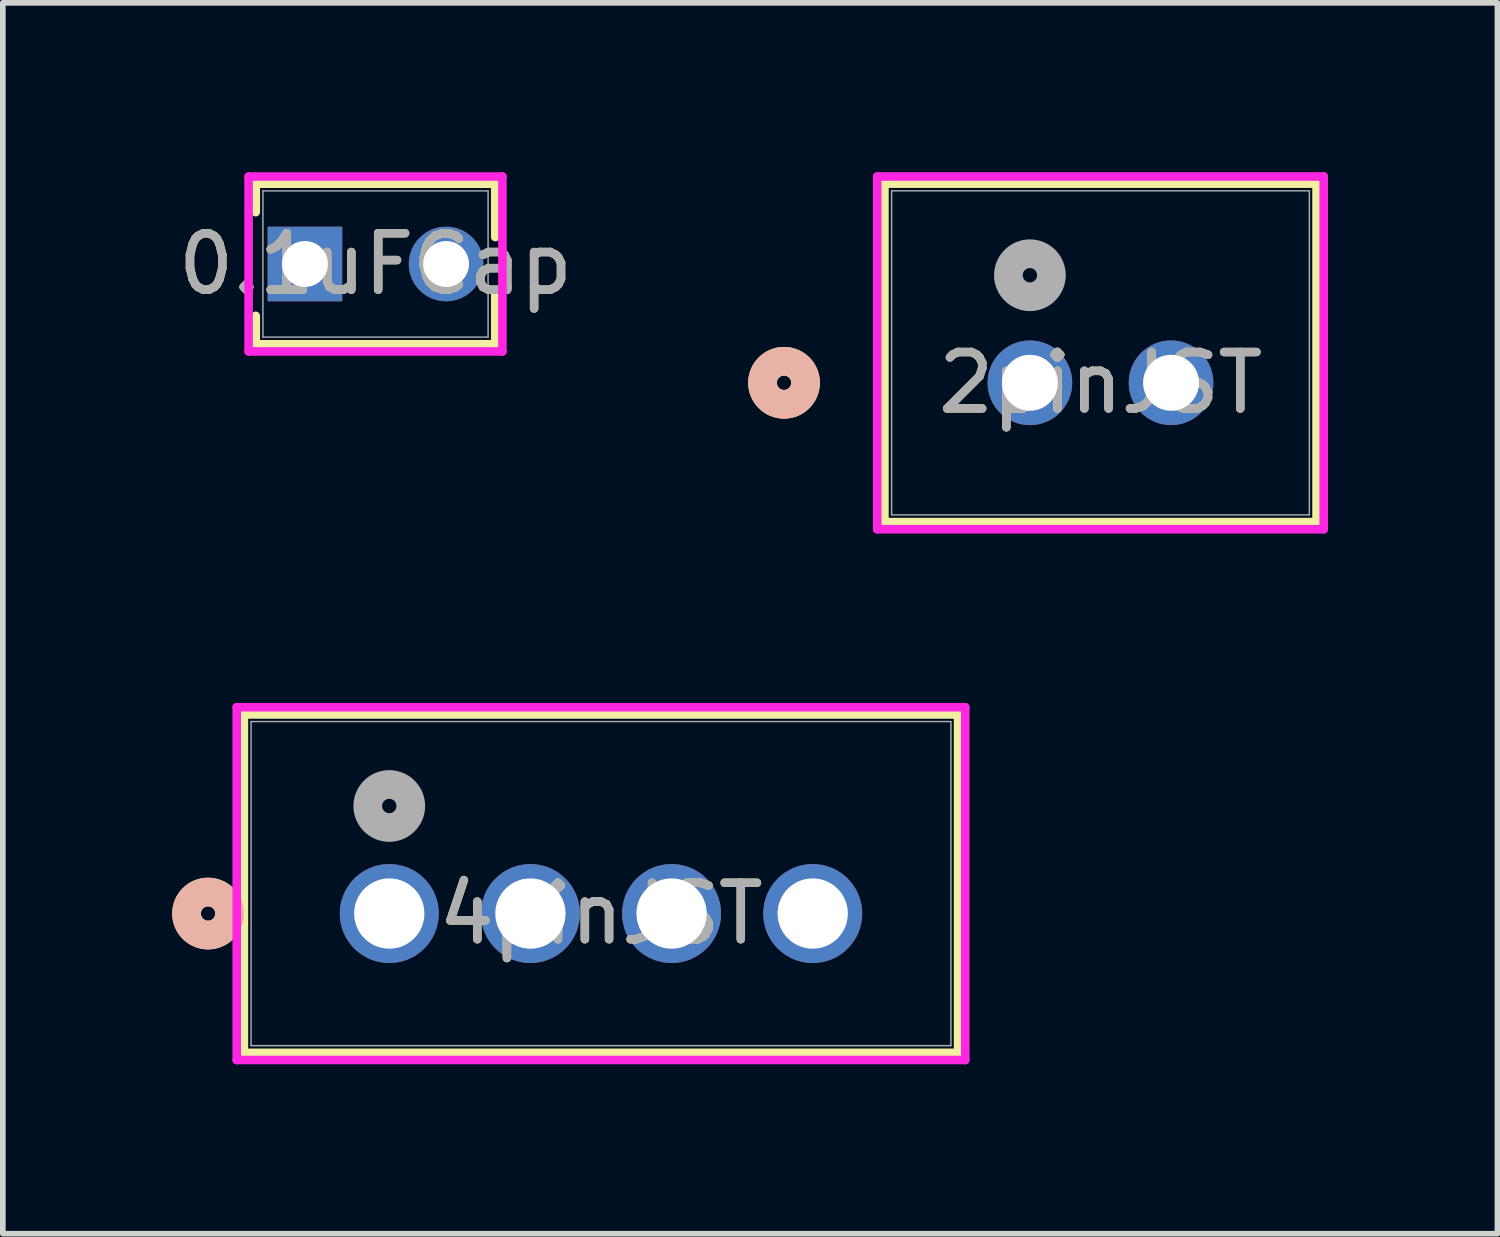
<source format=kicad_pcb>
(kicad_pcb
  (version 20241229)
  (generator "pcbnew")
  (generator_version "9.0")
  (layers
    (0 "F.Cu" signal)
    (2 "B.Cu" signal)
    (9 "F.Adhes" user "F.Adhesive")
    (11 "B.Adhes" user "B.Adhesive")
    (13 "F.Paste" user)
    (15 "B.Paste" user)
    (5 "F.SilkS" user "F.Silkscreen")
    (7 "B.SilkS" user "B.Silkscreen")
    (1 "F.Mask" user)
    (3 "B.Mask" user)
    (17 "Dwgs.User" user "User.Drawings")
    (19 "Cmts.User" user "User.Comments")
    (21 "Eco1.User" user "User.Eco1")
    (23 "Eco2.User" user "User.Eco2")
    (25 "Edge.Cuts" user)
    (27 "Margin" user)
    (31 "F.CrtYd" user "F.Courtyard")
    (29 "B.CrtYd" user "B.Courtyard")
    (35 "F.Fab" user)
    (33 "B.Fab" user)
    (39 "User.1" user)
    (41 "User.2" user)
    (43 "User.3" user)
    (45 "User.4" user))
  (footprint "2pinJST"
    (layer "F.Cu")
    (at 15.192 3.73)
    (property "Reference" "2pinJST" (at 1.25 0 0) (unlocked yes) (layer "F.SilkS") (effects (font (size 1 1) (thickness 0.15))))
    (attr through_hole)
    (fp_line (start -2.577 -3.527) (end -2.577 2.467) (stroke (width 0.152) (type solid)) (layer "F.SilkS"))
    (fp_line (start -2.577 2.467) (end 5.077 2.467) (stroke (width 0.152) (type solid)) (layer "F.SilkS"))
    (fp_line (start 5.077 -3.527) (end -2.577 -3.527) (stroke (width 0.152) (type solid)) (layer "F.SilkS"))
    (fp_line (start 5.077 2.467) (end 5.077 -3.527) (stroke (width 0.152) (type solid)) (layer "F.SilkS"))
    (fp_circle (center -4.355 0) (end -3.974 0) (stroke (width 0.508) (type solid)) (fill no) (layer "F.SilkS"))
    (fp_circle (center -4.355 0) (end -3.974 0) (stroke (width 0.508) (type solid)) (fill no) (layer "B.SilkS"))
    (fp_line (start -2.704 -3.654) (end -2.704 2.594) (stroke (width 0.152) (type solid)) (layer "F.CrtYd"))
    (fp_line (start -2.704 2.594) (end 5.204 2.594) (stroke (width 0.152) (type solid)) (layer "F.CrtYd"))
    (fp_line (start 5.204 -3.654) (end -2.704 -3.654) (stroke (width 0.152) (type solid)) (layer "F.CrtYd"))
    (fp_line (start 5.204 2.594) (end 5.204 -3.654) (stroke (width 0.152) (type solid)) (layer "F.CrtYd"))
    (fp_line (start -2.45 -3.4) (end -2.45 2.34) (stroke (width 0.025) (type solid)) (layer "F.Fab"))
    (fp_line (start -2.45 2.34) (end 4.95 2.34) (stroke (width 0.025) (type solid)) (layer "F.Fab"))
    (fp_line (start 4.95 -3.4) (end -2.45 -3.4) (stroke (width 0.025) (type solid)) (layer "F.Fab"))
    (fp_line (start 4.95 2.34) (end 4.95 -3.4) (stroke (width 0.025) (type solid)) (layer "F.Fab"))
    (fp_circle (center 0 -1.905) (end 0.381 -1.905) (stroke (width 0.508) (type solid)) (fill no) (layer "F.Fab"))
    (fp_text user "${REFERENCE}" (at 1.25 0 0) (unlocked yes) (layer "F.Fab") (effects (font (size 1 1) (thickness 0.15))))
    (pad "1" thru_hole circle (at 0 0) (size 1.499 1.499) (drill 0.991) (layers "*.Cu" "*.Mask"))
    (pad "2" thru_hole circle (at 2.5 0) (size 1.499 1.499) (drill 0.991) (layers "*.Cu" "*.Mask")))
  (footprint "0.1uFCap"
    (layer "F.Cu")
    (at 2.351 1.626)
    (property "Reference" "0.1uFCap" (at 1.25 0 0) (unlocked yes) (layer "F.SilkS") (effects (font (size 1 1) (thickness 0.15))))
    (attr through_hole)
    (fp_line (start -0.871 -1.422) (end -0.871 -0.918) (stroke (width 0.152) (type solid)) (layer "F.SilkS"))
    (fp_line (start -0.871 0.918) (end -0.871 1.422) (stroke (width 0.152) (type solid)) (layer "F.SilkS"))
    (fp_line (start 3.371 -1.422) (end -0.871 -1.422) (stroke (width 0.152) (type solid)) (layer "F.SilkS"))
    (fp_line (start 3.371 -1.422) (end 3.371 -0.477) (stroke (width 0.152) (type solid)) (layer "F.SilkS"))
    (fp_line (start 3.371 0.477) (end 3.371 1.422) (stroke (width 0.152) (type solid)) (layer "F.SilkS"))
    (fp_line (start 3.371 1.422) (end -0.871 1.422) (stroke (width 0.152) (type solid)) (layer "F.SilkS"))
    (fp_line (start -0.998 -1.549) (end 3.498 -1.549) (stroke (width 0.152) (type solid)) (layer "F.CrtYd"))
    (fp_line (start -0.998 1.549) (end -0.998 -1.549) (stroke (width 0.152) (type solid)) (layer "F.CrtYd"))
    (fp_line (start 3.498 -1.549) (end 3.498 1.549) (stroke (width 0.152) (type solid)) (layer "F.CrtYd"))
    (fp_line (start 3.498 1.549) (end -0.998 1.549) (stroke (width 0.152) (type solid)) (layer "F.CrtYd"))
    (fp_line (start -0.744 -1.295) (end -0.744 1.295) (stroke (width 0.025) (type solid)) (layer "F.Fab"))
    (fp_line (start 3.244 -1.295) (end -0.744 -1.295) (stroke (width 0.025) (type solid)) (layer "F.Fab"))
    (fp_line (start 3.244 -1.295) (end 3.244 1.295) (stroke (width 0.025) (type solid)) (layer "F.Fab"))
    (fp_line (start 3.244 1.295) (end -0.744 1.295) (stroke (width 0.025) (type solid)) (layer "F.Fab"))
    (fp_circle (center -0.236 0) (end -0.236 0) (stroke (width 0.025) (type solid)) (fill no) (layer "F.Fab"))
    (fp_text user "${REFERENCE}" (at 1.25 0 0) (unlocked yes) (layer "F.Fab") (effects (font (size 1 1) (thickness 0.15))))
    (pad "1" thru_hole rect (at 0 0) (size 1.321 1.321) (drill 0.813) (layers "*.Cu" "*.Mask"))
    (pad "2" thru_hole circle (at 2.5 0) (size 1.321 1.321) (drill 0.813) (layers "*.Cu" "*.Mask")))
  (footprint "4pinJST"
    (layer "F.Cu")
    (at 3.845 13.131)
    (property "Reference" "4pinJST" (at 3.75 0 0) (unlocked yes) (layer "F.SilkS") (effects (font (size 1 1) (thickness 0.15))))
    (attr through_hole)
    (fp_line (start -2.575 -3.527) (end -2.575 2.467) (stroke (width 0.152) (type solid)) (layer "F.SilkS"))
    (fp_line (start -2.575 2.467) (end 10.075 2.467) (stroke (width 0.152) (type solid)) (layer "F.SilkS"))
    (fp_line (start 10.075 -3.527) (end -2.575 -3.527) (stroke (width 0.152) (type solid)) (layer "F.SilkS"))
    (fp_line (start 10.075 2.467) (end 10.075 -3.527) (stroke (width 0.152) (type solid)) (layer "F.SilkS"))
    (fp_circle (center -3.21 0) (end -2.829 0) (stroke (width 0.508) (type solid)) (fill no) (layer "F.SilkS"))
    (fp_circle (center -3.21 0) (end -2.829 0) (stroke (width 0.508) (type solid)) (fill no) (layer "B.SilkS"))
    (fp_line (start -2.702 -3.654) (end -2.702 2.594) (stroke (width 0.152) (type solid)) (layer "F.CrtYd"))
    (fp_line (start -2.702 2.594) (end 10.202 2.594) (stroke (width 0.152) (type solid)) (layer "F.CrtYd"))
    (fp_line (start 10.202 -3.654) (end -2.702 -3.654) (stroke (width 0.152) (type solid)) (layer "F.CrtYd"))
    (fp_line (start 10.202 2.594) (end 10.202 -3.654) (stroke (width 0.152) (type solid)) (layer "F.CrtYd"))
    (fp_line (start -2.448 -3.4) (end -2.448 2.34) (stroke (width 0.025) (type solid)) (layer "F.Fab"))
    (fp_line (start -2.448 2.34) (end 9.948 2.34) (stroke (width 0.025) (type solid)) (layer "F.Fab"))
    (fp_line (start 9.948 -3.4) (end -2.448 -3.4) (stroke (width 0.025) (type solid)) (layer "F.Fab"))
    (fp_line (start 9.948 2.34) (end 9.948 -3.4) (stroke (width 0.025) (type solid)) (layer "F.Fab"))
    (fp_circle (center 0 -1.905) (end 0.381 -1.905) (stroke (width 0.508) (type solid)) (fill no) (layer "F.Fab"))
    (fp_text user "${REFERENCE}" (at 3.75 0 0) (unlocked yes) (layer "F.Fab") (effects (font (size 1 1) (thickness 0.15))))
    (pad "1" thru_hole circle (at 0 0) (size 1.753 1.753) (drill 1.245) (layers "*.Cu" "*.Mask"))
    (pad "2" thru_hole circle (at 2.5 0) (size 1.753 1.753) (drill 1.245) (layers "*.Cu" "*.Mask"))
    (pad "3" thru_hole circle (at 5 0) (size 1.753 1.753) (drill 1.245) (layers "*.Cu" "*.Mask"))
    (pad "4" thru_hole circle (at 7.5 0) (size 1.753 1.753) (drill 1.245) (layers "*.Cu" "*.Mask")))
  (gr_rect
    (start -3 -3)
    (end 23.473 18.802)
    (stroke (width 0.1) (type default))
    (fill no)
    (layer "Edge.Cuts")))
</source>
